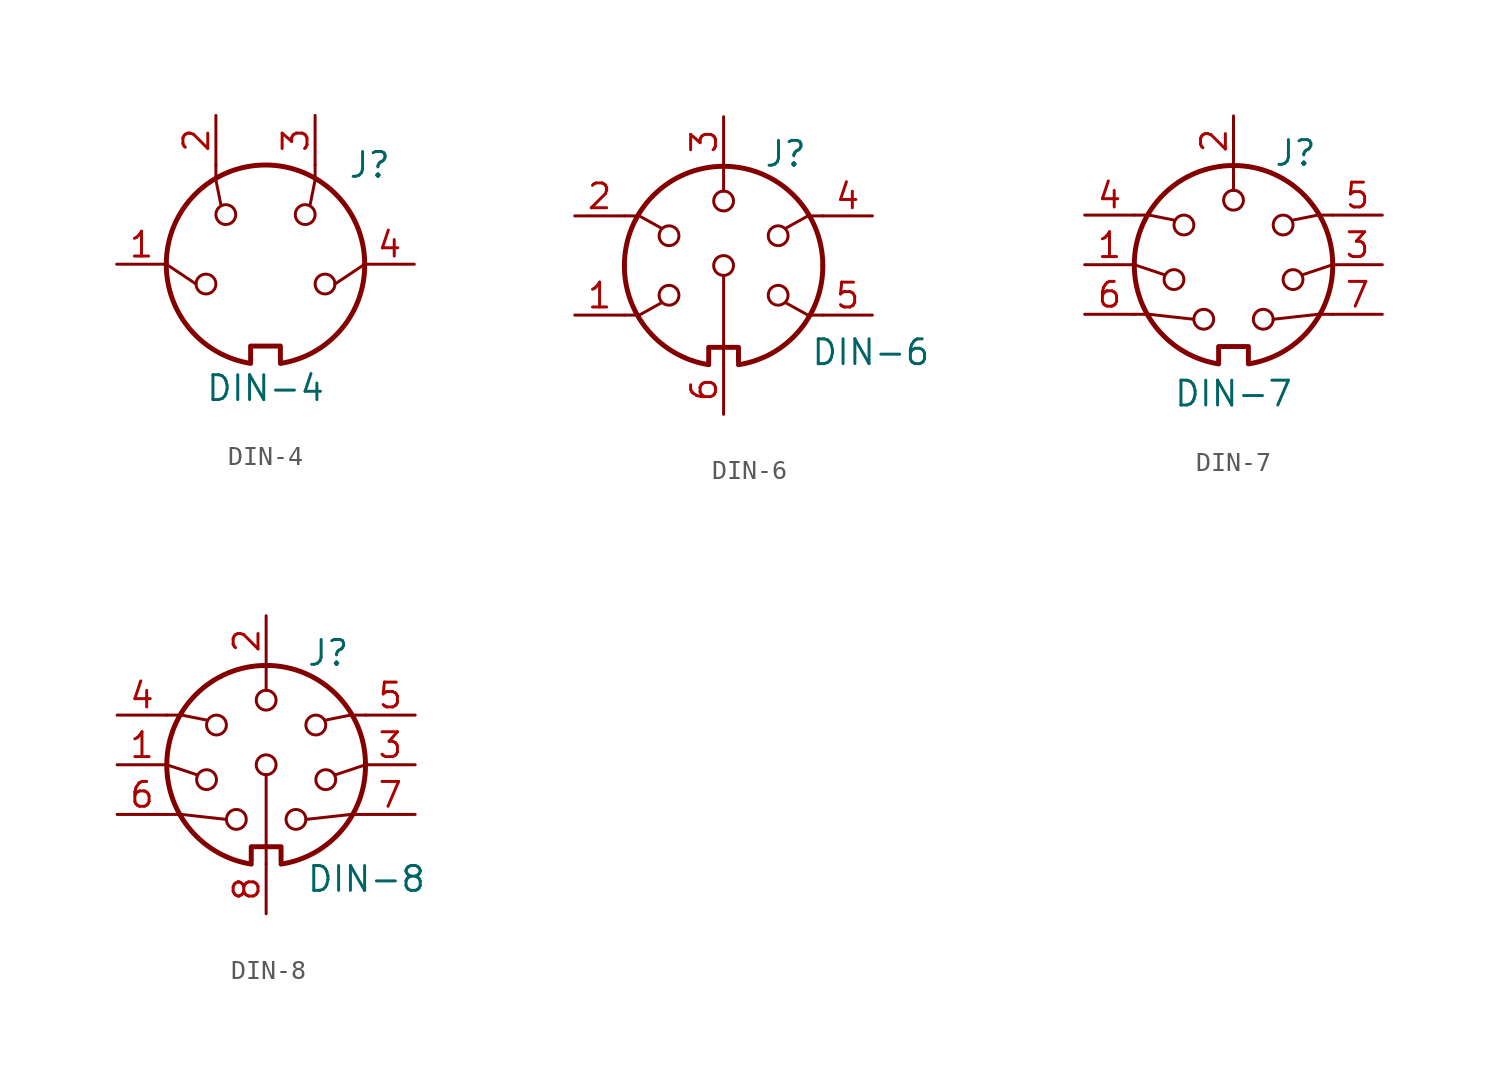
<source format=kicad_sym>
(kicad_symbol_lib
  (version 20241209)
  (generator "kicad_symbol_editor")
  (generator_version "9.0")
  (symbol "DIN-4"
    (pin_names
      (offset 1.016))
    (property "Reference" "J"
      (at 5.334 5.08 0)
      (effects (font (size 1.27 1.27))))
    (property "Value" "DIN-4"
      (at 0 -6.35 0)
      (effects (font (size 1.27 1.27))))
    (symbol "DIN-4_0_1"
      (polyline (pts (xy -3.556 -1.016) (xy -5.08 0)) (stroke (width 0) (type default)) (fill (type none)))
      (circle (center -3.048 -1.016) (radius 0.508) (stroke (width 0) (type default)) (fill (type none)))
      (polyline (pts (xy -2.54 5.08) (xy -2.54 4.318) (xy -2.286 3.048)) (stroke (width 0) (type default)) (fill (type none)))
      (circle (center -2.032 2.54) (radius 0.508) (stroke (width 0) (type default)) (fill (type none)))
      (polyline (pts (xy -0.762 -4.953) (xy -0.762 -4.191) (xy 0.762 -4.191) (xy 0.762 -4.953)) (stroke (width 0.254) (type default)) (fill (type none)))
      (arc (start 5.08 0) (mid 3.8673 -3.3444) (end 0.762 -5.08) (stroke (width 0.254) (type default)) (fill (type none)))
      (arc (start -5.08 0) (mid 0 5.0579) (end 5.08 0) (stroke (width 0.254) (type default)) (fill (type none)))
      (arc (start -0.762 -5.08) (mid -3.8597 -3.3379) (end -5.08 0) (stroke (width 0.254) (type default)) (fill (type none)))
      (circle (center 2.032 2.54) (radius 0.508) (stroke (width 0) (type default)) (fill (type none)))
      (polyline (pts (xy 2.54 5.08) (xy 2.54 4.318) (xy 2.286 3.048)) (stroke (width 0) (type default)) (fill (type none)))
      (circle (center 3.048 -1.016) (radius 0.508) (stroke (width 0) (type default)) (fill (type none)))
      (polyline (pts (xy 5.08 0) (xy 3.556 -1.016)) (stroke (width 0) (type default)) (fill (type none))))
    (symbol "DIN-4_1_1"
      (pin passive line (at -7.62 0 0) (length 2.54) (name "~" (effects (font (size 1.27 1.27)))) (number "1" (effects (font (size 1.27 1.27)))))
      (pin passive line (at -2.54 7.62 270) (length 2.54) (name "~" (effects (font (size 1.27 1.27)))) (number "2" (effects (font (size 1.27 1.27)))))
      (pin passive line (at 2.54 7.62 270) (length 2.54) (name "~" (effects (font (size 1.27 1.27)))) (number "3" (effects (font (size 1.27 1.27)))))
      (pin passive line (at 7.62 0 180) (length 2.54) (name "~" (effects (font (size 1.27 1.27)))) (number "4" (effects (font (size 1.27 1.27)))))))
  (symbol "DIN-6"
    (pin_names
      (offset 1.016))
    (property "Reference" "J"
      (at 3.175 5.715 0)
      (effects (font (size 1.27 1.27))))
    (property "Value" "DIN-6"
      (at 4.445 -4.445 0)
      (effects (font (size 1.27 1.27)) (justify left)))
    (symbol "DIN-6_0_1"
      (polyline (pts (xy -5.08 2.54) (xy -4.318 2.54) (xy -3.175 1.905)) (stroke (width 0) (type default)) (fill (type none)))
      (polyline (pts (xy -5.08 -2.54) (xy -4.318 -2.54) (xy -3.175 -1.905)) (stroke (width 0) (type default)) (fill (type none)))
      (circle (center -2.794 1.524) (radius 0.508) (stroke (width 0) (type default)) (fill (type none)))
      (circle (center -2.794 -1.524) (radius 0.508) (stroke (width 0) (type default)) (fill (type none)))
      (polyline (pts (xy -0.762 -4.953) (xy -0.762 -4.191) (xy 0.762 -4.191) (xy 0.762 -4.953)) (stroke (width 0.254) (type default)) (fill (type none)))
      (arc (start 5.08 0) (mid 3.8673 -3.3444) (end 0.762 -5.08) (stroke (width 0.254) (type default)) (fill (type none)))
      (polyline (pts (xy 0 5.08) (xy 0 3.81)) (stroke (width 0) (type default)) (fill (type none)))
      (circle (center 0 3.302) (radius 0.508) (stroke (width 0) (type default)) (fill (type none)))
      (circle (center 0 0) (radius 0.508) (stroke (width 0) (type default)) (fill (type none)))
      (arc (start -5.08 0) (mid 0 5.0579) (end 5.08 0) (stroke (width 0.254) (type default)) (fill (type none)))
      (polyline (pts (xy 0 -5.08) (xy 0 -0.508)) (stroke (width 0) (type default)) (fill (type none)))
      (arc (start -0.762 -5.08) (mid -3.8597 -3.3379) (end -5.08 0) (stroke (width 0.254) (type default)) (fill (type none)))
      (circle (center 2.794 1.524) (radius 0.508) (stroke (width 0) (type default)) (fill (type none)))
      (circle (center 2.794 -1.524) (radius 0.508) (stroke (width 0) (type default)) (fill (type none)))
      (polyline (pts (xy 5.08 2.54) (xy 4.318 2.54) (xy 3.175 1.905)) (stroke (width 0) (type default)) (fill (type none)))
      (polyline (pts (xy 5.08 -2.54) (xy 4.318 -2.54) (xy 3.175 -1.905)) (stroke (width 0) (type default)) (fill (type none))))
    (symbol "DIN-6_1_1"
      (pin passive line (at -7.62 2.54 0) (length 2.54) (name "~" (effects (font (size 1.27 1.27)))) (number "2" (effects (font (size 1.27 1.27)))))
      (pin passive line (at -7.62 -2.54 0) (length 2.54) (name "~" (effects (font (size 1.27 1.27)))) (number "1" (effects (font (size 1.27 1.27)))))
      (pin passive line (at 0 7.62 270) (length 2.54) (name "~" (effects (font (size 1.27 1.27)))) (number "3" (effects (font (size 1.27 1.27)))))
      (pin passive line (at 0 -7.62 90) (length 2.54) (name "~" (effects (font (size 1.27 1.27)))) (number "6" (effects (font (size 1.27 1.27)))))
      (pin passive line (at 7.62 2.54 180) (length 2.54) (name "~" (effects (font (size 1.27 1.27)))) (number "4" (effects (font (size 1.27 1.27)))))
      (pin passive line (at 7.62 -2.54 180) (length 2.54) (name "~" (effects (font (size 1.27 1.27)))) (number "5" (effects (font (size 1.27 1.27)))))))
  (symbol "DIN-7"
    (pin_names
      (offset 1.016))
    (property "Reference" "J"
      (at 3.175 5.715 0)
      (effects (font (size 1.27 1.27))))
    (property "Value" "DIN-7"
      (at 0 -6.604 0)
      (effects (font (size 1.27 1.27))))
    (symbol "DIN-7_0_1"
      (polyline (pts (xy -5.08 2.54) (xy -4.318 2.54) (xy -3.048 2.286)) (stroke (width 0) (type default)) (fill (type none)))
      (polyline (pts (xy -5.08 0) (xy -3.556 -0.508)) (stroke (width 0) (type default)) (fill (type none)))
      (polyline (pts (xy -5.08 -2.54) (xy -4.318 -2.54) (xy -2.032 -2.794)) (stroke (width 0) (type default)) (fill (type none)))
      (circle (center -3.048 -0.762) (radius 0.508) (stroke (width 0) (type default)) (fill (type none)))
      (circle (center -2.54 2.032) (radius 0.508) (stroke (width 0) (type default)) (fill (type none)))
      (circle (center -1.524 -2.794) (radius 0.508) (stroke (width 0) (type default)) (fill (type none)))
      (polyline (pts (xy -0.762 -4.953) (xy -0.762 -4.191) (xy 0.762 -4.191) (xy 0.762 -4.953)) (stroke (width 0.254) (type default)) (fill (type none)))
      (arc (start 5.08 0) (mid 3.8673 -3.3444) (end 0.762 -5.08) (stroke (width 0.254) (type default)) (fill (type none)))
      (polyline (pts (xy 0 5.08) (xy 0 3.81)) (stroke (width 0) (type default)) (fill (type none)))
      (circle (center 0 3.302) (radius 0.508) (stroke (width 0) (type default)) (fill (type none)))
      (arc (start -5.08 0) (mid 0 5.0579) (end 5.08 0) (stroke (width 0.254) (type default)) (fill (type none)))
      (arc (start -0.762 -5.08) (mid -3.8597 -3.3379) (end -5.08 0) (stroke (width 0.254) (type default)) (fill (type none)))
      (circle (center 1.524 -2.794) (radius 0.508) (stroke (width 0) (type default)) (fill (type none)))
      (circle (center 2.54 2.032) (radius 0.508) (stroke (width 0) (type default)) (fill (type none)))
      (circle (center 3.048 -0.762) (radius 0.508) (stroke (width 0) (type default)) (fill (type none)))
      (polyline (pts (xy 5.08 2.54) (xy 4.318 2.54) (xy 3.048 2.286)) (stroke (width 0) (type default)) (fill (type none)))
      (polyline (pts (xy 5.08 0) (xy 3.556 -0.508)) (stroke (width 0) (type default)) (fill (type none)))
      (polyline (pts (xy 5.08 -2.54) (xy 4.318 -2.54) (xy 2.032 -2.794)) (stroke (width 0) (type default)) (fill (type none))))
    (symbol "DIN-7_1_1"
      (pin passive line (at -7.62 2.54 0) (length 2.54) (name "~" (effects (font (size 1.27 1.27)))) (number "4" (effects (font (size 1.27 1.27)))))
      (pin passive line (at -7.62 0 0) (length 2.54) (name "~" (effects (font (size 1.27 1.27)))) (number "1" (effects (font (size 1.27 1.27)))))
      (pin passive line (at -7.62 -2.54 0) (length 2.54) (name "~" (effects (font (size 1.27 1.27)))) (number "6" (effects (font (size 1.27 1.27)))))
      (pin passive line (at 0 7.62 270) (length 2.54) (name "~" (effects (font (size 1.27 1.27)))) (number "2" (effects (font (size 1.27 1.27)))))
      (pin passive line (at 7.62 2.54 180) (length 2.54) (name "~" (effects (font (size 1.27 1.27)))) (number "5" (effects (font (size 1.27 1.27)))))
      (pin passive line (at 7.62 0 180) (length 2.54) (name "~" (effects (font (size 1.27 1.27)))) (number "3" (effects (font (size 1.27 1.27)))))
      (pin passive line (at 7.62 -2.54 180) (length 2.54) (name "~" (effects (font (size 1.27 1.27)))) (number "7" (effects (font (size 1.27 1.27)))))))
  (symbol "DIN-8"
    (pin_names
      (offset 1.016))
    (property "Reference" "J"
      (at 3.175 5.715 0)
      (effects (font (size 1.27 1.27))))
    (property "Value" "DIN-8"
      (at 2.032 -5.842 0)
      (effects (font (size 1.27 1.27)) (justify left)))
    (symbol "DIN-8_0_1"
      (polyline (pts (xy -5.08 2.54) (xy -4.318 2.54) (xy -3.048 2.286)) (stroke (width 0) (type default)) (fill (type none)))
      (polyline (pts (xy -5.08 0) (xy -3.556 -0.508)) (stroke (width 0) (type default)) (fill (type none)))
      (polyline (pts (xy -5.08 -2.54) (xy -4.318 -2.54) (xy -2.032 -2.794)) (stroke (width 0) (type default)) (fill (type none)))
      (circle (center -3.048 -0.762) (radius 0.508) (stroke (width 0) (type default)) (fill (type none)))
      (circle (center -2.54 2.032) (radius 0.508) (stroke (width 0) (type default)) (fill (type none)))
      (circle (center -1.524 -2.794) (radius 0.508) (stroke (width 0) (type default)) (fill (type none)))
      (polyline (pts (xy -0.762 -4.953) (xy -0.762 -4.191) (xy 0.762 -4.191) (xy 0.762 -4.953)) (stroke (width 0.254) (type default)) (fill (type none)))
      (arc (start 5.08 0) (mid 3.8673 -3.3444) (end 0.762 -5.08) (stroke (width 0.254) (type default)) (fill (type none)))
      (polyline (pts (xy 0 5.08) (xy 0 3.81)) (stroke (width 0) (type default)) (fill (type none)))
      (circle (center 0 3.302) (radius 0.508) (stroke (width 0) (type default)) (fill (type none)))
      (circle (center 0 0) (radius 0.508) (stroke (width 0) (type default)) (fill (type none)))
      (arc (start -5.08 0) (mid 0 5.0579) (end 5.08 0) (stroke (width 0.254) (type default)) (fill (type none)))
      (polyline (pts (xy 0 -0.508) (xy 0 -5.08)) (stroke (width 0) (type default)) (fill (type none)))
      (arc (start -0.762 -5.08) (mid -3.8597 -3.3379) (end -5.08 0) (stroke (width 0.254) (type default)) (fill (type none)))
      (circle (center 1.524 -2.794) (radius 0.508) (stroke (width 0) (type default)) (fill (type none)))
      (circle (center 2.54 2.032) (radius 0.508) (stroke (width 0) (type default)) (fill (type none)))
      (circle (center 3.048 -0.762) (radius 0.508) (stroke (width 0) (type default)) (fill (type none)))
      (polyline (pts (xy 5.08 2.54) (xy 4.318 2.54) (xy 3.048 2.286)) (stroke (width 0) (type default)) (fill (type none)))
      (polyline (pts (xy 5.08 0) (xy 3.556 -0.508)) (stroke (width 0) (type default)) (fill (type none)))
      (polyline (pts (xy 5.08 -2.54) (xy 4.318 -2.54) (xy 2.032 -2.794)) (stroke (width 0) (type default)) (fill (type none))))
    (symbol "DIN-8_1_1"
      (pin passive line (at -7.62 2.54 0) (length 2.54) (name "~" (effects (font (size 1.27 1.27)))) (number "4" (effects (font (size 1.27 1.27)))))
      (pin passive line (at -7.62 0 0) (length 2.54) (name "~" (effects (font (size 1.27 1.27)))) (number "1" (effects (font (size 1.27 1.27)))))
      (pin passive line (at -7.62 -2.54 0) (length 2.54) (name "~" (effects (font (size 1.27 1.27)))) (number "6" (effects (font (size 1.27 1.27)))))
      (pin passive line (at 0 7.62 270) (length 2.54) (name "~" (effects (font (size 1.27 1.27)))) (number "2" (effects (font (size 1.27 1.27)))))
      (pin passive line (at 0 -7.62 90) (length 2.54) (name "~" (effects (font (size 1.27 1.27)))) (number "8" (effects (font (size 1.27 1.27)))))
      (pin passive line (at 7.62 2.54 180) (length 2.54) (name "~" (effects (font (size 1.27 1.27)))) (number "5" (effects (font (size 1.27 1.27)))))
      (pin passive line (at 7.62 0 180) (length 2.54) (name "~" (effects (font (size 1.27 1.27)))) (number "3" (effects (font (size 1.27 1.27)))))
      (pin passive line (at 7.62 -2.54 180) (length 2.54) (name "~" (effects (font (size 1.27 1.27)))) (number "7" (effects (font (size 1.27 1.27))))))))
</source>
